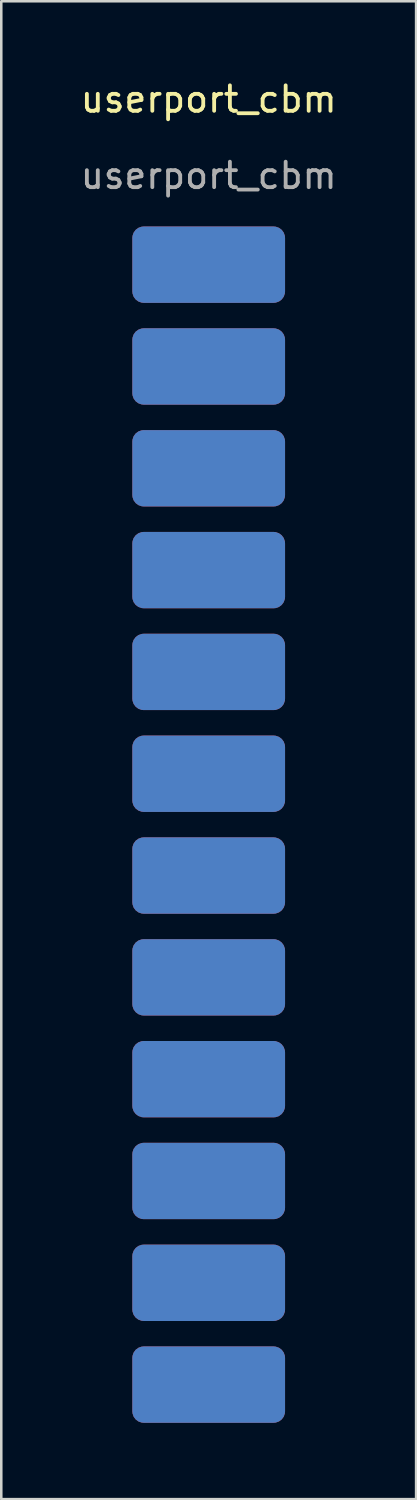
<source format=kicad_pcb>
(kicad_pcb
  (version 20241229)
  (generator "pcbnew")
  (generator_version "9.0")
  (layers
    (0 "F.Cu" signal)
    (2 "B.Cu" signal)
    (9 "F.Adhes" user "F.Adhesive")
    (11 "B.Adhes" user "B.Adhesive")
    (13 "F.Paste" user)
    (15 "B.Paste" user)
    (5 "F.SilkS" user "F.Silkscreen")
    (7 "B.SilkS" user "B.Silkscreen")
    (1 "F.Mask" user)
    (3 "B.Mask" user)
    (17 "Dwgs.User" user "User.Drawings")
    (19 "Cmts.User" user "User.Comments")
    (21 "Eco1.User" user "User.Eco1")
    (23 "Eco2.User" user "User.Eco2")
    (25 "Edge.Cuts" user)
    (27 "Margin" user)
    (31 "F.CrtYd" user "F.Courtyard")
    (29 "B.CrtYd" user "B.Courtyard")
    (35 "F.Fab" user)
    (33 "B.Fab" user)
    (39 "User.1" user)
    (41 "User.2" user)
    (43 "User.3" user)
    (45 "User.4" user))
  (footprint "userport_cbm"
    (layer "F.Cu")
    (at 5.149 1.348)
    (property "Reference" "userport_cbm" (at 0 -0.5 0) (unlocked yes) (layer "F.SilkS") (effects (font (size 1 1) (thickness 0.15))))
    (attr smd)
    (fp_text user "${REFERENCE}" (at 0 2.5 0) (unlocked yes) (layer "F.Fab") (effects (font (size 1 1) (thickness 0.15))))
    (pad "1" smd roundrect (at 0 6) (size 6 3) (layers "F.Cu" "F.Paste") (roundrect_rratio 0.15))
    (pad "2" smd roundrect (at 0 10) (size 6 3) (layers "F.Cu" "F.Paste") (roundrect_rratio 0.15))
    (pad "3" smd roundrect (at 0 14) (size 6 3) (layers "F.Cu" "F.Paste") (roundrect_rratio 0.15))
    (pad "4" smd roundrect (at 0 18) (size 6 3) (layers "F.Cu" "F.Paste") (roundrect_rratio 0.15))
    (pad "5" smd roundrect (at 0 22) (size 6 3) (layers "F.Cu" "F.Paste") (roundrect_rratio 0.15))
    (pad "6" smd roundrect (at 0 26) (size 6 3) (layers "F.Cu" "F.Paste") (roundrect_rratio 0.15))
    (pad "7" smd roundrect (at 0 30) (size 6 3) (layers "F.Cu" "F.Paste") (roundrect_rratio 0.15))
    (pad "8" smd roundrect (at 0 34) (size 6 3) (layers "F.Cu" "F.Paste") (roundrect_rratio 0.15))
    (pad "9" smd roundrect (at 0 38) (size 6 3) (layers "F.Cu" "F.Paste") (roundrect_rratio 0.15))
    (pad "10" smd roundrect (at 0 42) (size 6 3) (layers "F.Cu" "F.Paste") (roundrect_rratio 0.15))
    (pad "11" smd roundrect (at 0 46) (size 6 3) (layers "F.Cu" "F.Paste") (roundrect_rratio 0.15))
    (pad "12" smd roundrect (at 0 50) (size 6 3) (layers "F.Cu" "F.Paste") (roundrect_rratio 0.15))
    (pad "A" smd roundrect (at 0 6) (size 6 3) (layers "B.Cu" "B.Paste") (roundrect_rratio 0.15))
    (pad "B" smd roundrect (at 0 10) (size 6 3) (layers "B.Cu" "B.Paste") (roundrect_rratio 0.15))
    (pad "C" smd roundrect (at 0 14) (size 6 3) (layers "B.Cu" "B.Paste") (roundrect_rratio 0.15))
    (pad "D" smd roundrect (at 0 18) (size 6 3) (layers "B.Cu" "B.Paste") (roundrect_rratio 0.15))
    (pad "E" smd roundrect (at 0 22) (size 6 3) (layers "B.Cu" "B.Paste") (roundrect_rratio 0.15))
    (pad "F" smd roundrect (at 0 26) (size 6 3) (layers "B.Cu" "B.Paste") (roundrect_rratio 0.15))
    (pad "H" smd roundrect (at 0 30) (size 6 3) (layers "B.Cu" "B.Paste") (roundrect_rratio 0.15))
    (pad "J" smd roundrect (at 0 34) (size 6 3) (layers "B.Cu" "B.Paste") (roundrect_rratio 0.15))
    (pad "K" smd roundrect (at 0 38) (size 6 3) (layers "B.Cu" "B.Paste") (roundrect_rratio 0.15))
    (pad "L" smd roundrect (at 0 42) (size 6 3) (layers "B.Cu" "B.Paste") (roundrect_rratio 0.15))
    (pad "M" smd roundrect (at 0 46) (size 6 3) (layers "B.Cu" "B.Paste") (roundrect_rratio 0.15))
    (pad "N" smd roundrect (at 0 50) (size 6 3) (layers "B.Cu" "B.Paste") (roundrect_rratio 0.15))
    (zone (net_name "") (layer "F.Mask") (hatch edge 0.5) (connect_pads) (min_thickness 0.25) (filled_areas_thickness no) (fill) (polygon (pts (arc (start 2.138783 28.473568) (mid 2.25594 28.756411) (end 2.538783 28.873568)) (arc (start 7.738783 28.873568) (mid 8.021626 28.756411) (end 8.138783 28.473568)) (arc (start 8.138783 26.273568) (mid 8.021626 25.990725) (end 7.738783 25.873568)) (arc (start 2.538783 25.873568) (mid 2.25594 25.990725) (end 2.138783 26.273568)))))
    (zone (net_name "") (layer "F.Mask") (hatch edge 0.5) (connect_pads) (min_thickness 0.25) (filled_areas_thickness no) (fill) (polygon (pts (arc (start 2.14881 8.44825) (mid 2.265967 8.731093) (end 2.54881 8.84825)) (arc (start 7.74881 8.84825) (mid 8.031653 8.731093) (end 8.14881 8.44825)) (arc (start 8.14881 6.24825) (mid 8.031653 5.965407) (end 7.74881 5.84825)) (arc (start 2.54881 5.84825) (mid 2.265967 5.965407) (end 2.14881 6.24825)))))
    (zone (net_name "") (layer "F.Mask") (hatch edge 0.5) (connect_pads) (min_thickness 0.25) (filled_areas_thickness no) (fill) (polygon (pts (arc (start 2.14881 12.44825) (mid 2.265967 12.731093) (end 2.54881 12.84825)) (arc (start 7.74881 12.84825) (mid 8.031653 12.731093) (end 8.14881 12.44825)) (arc (start 8.14881 10.24825) (mid 8.031653 9.965407) (end 7.74881 9.84825)) (arc (start 2.54881 9.84825) (mid 2.265967 9.965407) (end 2.14881 10.24825)))))
    (zone (net_name "") (layer "F.Mask") (hatch edge 0.5) (connect_pads) (min_thickness 0.25) (filled_areas_thickness no) (fill) (polygon (pts (arc (start 2.14881 16.44825) (mid 2.265967 16.731093) (end 2.54881 16.84825)) (arc (start 7.74881 16.84825) (mid 8.031653 16.731093) (end 8.14881 16.44825)) (arc (start 8.14881 14.24825) (mid 8.031653 13.965407) (end 7.74881 13.84825)) (arc (start 2.54881 13.84825) (mid 2.265967 13.965407) (end 2.14881 14.24825)))))
    (zone (net_name "") (layer "F.Mask") (hatch edge 0.5) (connect_pads) (min_thickness 0.25) (filled_areas_thickness no) (fill) (polygon (pts (arc (start 2.14881 20.44825) (mid 2.265967 20.731093) (end 2.54881 20.84825)) (arc (start 7.74881 20.84825) (mid 8.031653 20.731093) (end 8.14881 20.44825)) (arc (start 8.14881 18.24825) (mid 8.031653 17.965407) (end 7.74881 17.84825)) (arc (start 2.54881 17.84825) (mid 2.265967 17.965407) (end 2.14881 18.24825)))))
    (zone (net_name "") (layer "F.Mask") (hatch edge 0.5) (connect_pads) (min_thickness 0.25) (filled_areas_thickness no) (fill) (polygon (pts (arc (start 2.14881 24.44825) (mid 2.265967 24.731093) (end 2.54881 24.84825)) (arc (start 7.74881 24.84825) (mid 8.031653 24.731093) (end 8.14881 24.44825)) (arc (start 8.14881 22.24825) (mid 8.031653 21.965407) (end 7.74881 21.84825)) (arc (start 2.54881 21.84825) (mid 2.265967 21.965407) (end 2.14881 22.24825)))))
    (zone (net_name "") (layer "F.Mask") (hatch edge 0.5) (connect_pads) (min_thickness 0.25) (filled_areas_thickness no) (fill) (polygon (pts (arc (start 2.14881 32.44825) (mid 2.265967 32.731093) (end 2.54881 32.84825)) (arc (start 7.74881 32.84825) (mid 8.031653 32.731093) (end 8.14881 32.44825)) (arc (start 8.14881 30.24825) (mid 8.031653 29.965407) (end 7.74881 29.84825)) (arc (start 2.54881 29.84825) (mid 2.265967 29.965407) (end 2.14881 30.24825)))))
    (zone (net_name "") (layer "F.Mask") (hatch edge 0.5) (connect_pads) (min_thickness 0.25) (filled_areas_thickness no) (fill) (polygon (pts (arc (start 2.14881 36.44825) (mid 2.265967 36.731093) (end 2.54881 36.84825)) (arc (start 7.74881 36.84825) (mid 8.031653 36.731093) (end 8.14881 36.44825)) (arc (start 8.14881 34.24825) (mid 8.031653 33.965407) (end 7.74881 33.84825)) (arc (start 2.54881 33.84825) (mid 2.265967 33.965407) (end 2.14881 34.24825)))))
    (zone (net_name "") (layer "F.Mask") (hatch edge 0.5) (connect_pads) (min_thickness 0.25) (filled_areas_thickness no) (fill) (polygon (pts (arc (start 2.14881 40.44825) (mid 2.265967 40.731093) (end 2.54881 40.84825)) (arc (start 7.74881 40.84825) (mid 8.031653 40.731093) (end 8.14881 40.44825)) (arc (start 8.14881 38.24825) (mid 8.031653 37.965407) (end 7.74881 37.84825)) (arc (start 2.54881 37.84825) (mid 2.265967 37.965407) (end 2.14881 38.24825)))))
    (zone (net_name "") (layer "F.Mask") (hatch edge 0.5) (connect_pads) (min_thickness 0.25) (filled_areas_thickness no) (fill) (polygon (pts (arc (start 2.14881 44.44825) (mid 2.265967 44.731093) (end 2.54881 44.84825)) (arc (start 7.74881 44.84825) (mid 8.031653 44.731093) (end 8.14881 44.44825)) (arc (start 8.14881 42.24825) (mid 8.031653 41.965407) (end 7.74881 41.84825)) (arc (start 2.54881 41.84825) (mid 2.265967 41.965407) (end 2.14881 42.24825)))))
    (zone (net_name "") (layer "F.Mask") (hatch edge 0.5) (connect_pads) (min_thickness 0.25) (filled_areas_thickness no) (fill) (polygon (pts (arc (start 2.14881 48.44825) (mid 2.265967 48.731093) (end 2.54881 48.84825)) (arc (start 7.74881 48.84825) (mid 8.031653 48.731093) (end 8.14881 48.44825)) (arc (start 8.14881 46.24825) (mid 8.031653 45.965407) (end 7.74881 45.84825)) (arc (start 2.54881 45.84825) (mid 2.265967 45.965407) (end 2.14881 46.24825)))))
    (zone (net_name "") (layer "F.Mask") (hatch edge 0.5) (connect_pads) (min_thickness 0.25) (filled_areas_thickness no) (fill) (polygon (pts (arc (start 2.14881 52.44825) (mid 2.265967 52.731093) (end 2.54881 52.84825)) (arc (start 7.74881 52.84825) (mid 8.031653 52.731093) (end 8.14881 52.44825)) (arc (start 8.14881 50.24825) (mid 8.031653 49.965407) (end 7.74881 49.84825)) (arc (start 2.54881 49.84825) (mid 2.265967 49.965407) (end 2.14881 50.24825)))))
    (zone (net_name "") (layer "B.Mask") (hatch edge 0.5) (connect_pads) (min_thickness 0.25) (filled_areas_thickness no) (fill) (polygon (pts (arc (start 2.14881 8.44825) (mid 2.265967 8.731093) (end 2.54881 8.84825)) (arc (start 7.74881 8.84825) (mid 8.031653 8.731093) (end 8.14881 8.44825)) (arc (start 8.14881 6.24825) (mid 8.031653 5.965407) (end 7.74881 5.84825)) (arc (start 2.54881 5.84825) (mid 2.265967 5.965407) (end 2.14881 6.24825)))))
    (zone (net_name "") (layer "B.Mask") (hatch edge 0.5) (connect_pads) (min_thickness 0.25) (filled_areas_thickness no) (fill) (polygon (pts (arc (start 2.14881 12.44825) (mid 2.265967 12.731093) (end 2.54881 12.84825)) (arc (start 7.74881 12.84825) (mid 8.031653 12.731093) (end 8.14881 12.44825)) (arc (start 8.14881 10.24825) (mid 8.031653 9.965407) (end 7.74881 9.84825)) (arc (start 2.54881 9.84825) (mid 2.265967 9.965407) (end 2.14881 10.24825)))))
    (zone (net_name "") (layer "B.Mask") (hatch edge 0.5) (connect_pads) (min_thickness 0.25) (filled_areas_thickness no) (fill) (polygon (pts (arc (start 2.14881 16.44825) (mid 2.265967 16.731093) (end 2.54881 16.84825)) (arc (start 7.74881 16.84825) (mid 8.031653 16.731093) (end 8.14881 16.44825)) (arc (start 8.14881 14.24825) (mid 8.031653 13.965407) (end 7.74881 13.84825)) (arc (start 2.54881 13.84825) (mid 2.265967 13.965407) (end 2.14881 14.24825)))))
    (zone (net_name "") (layer "B.Mask") (hatch edge 0.5) (connect_pads) (min_thickness 0.25) (filled_areas_thickness no) (fill) (polygon (pts (arc (start 2.14881 20.44825) (mid 2.265967 20.731093) (end 2.54881 20.84825)) (arc (start 7.74881 20.84825) (mid 8.031653 20.731093) (end 8.14881 20.44825)) (arc (start 8.14881 18.24825) (mid 8.031653 17.965407) (end 7.74881 17.84825)) (arc (start 2.54881 17.84825) (mid 2.265967 17.965407) (end 2.14881 18.24825)))))
    (zone (net_name "") (layer "B.Mask") (hatch edge 0.5) (connect_pads) (min_thickness 0.25) (filled_areas_thickness no) (fill) (polygon (pts (arc (start 2.14881 24.44825) (mid 2.265967 24.731093) (end 2.54881 24.84825)) (arc (start 7.74881 24.84825) (mid 8.031653 24.731093) (end 8.14881 24.44825)) (arc (start 8.14881 22.24825) (mid 8.031653 21.965407) (end 7.74881 21.84825)) (arc (start 2.54881 21.84825) (mid 2.265967 21.965407) (end 2.14881 22.24825)))))
    (zone (net_name "") (layer "B.Mask") (hatch edge 0.5) (connect_pads) (min_thickness 0.25) (filled_areas_thickness no) (fill) (polygon (pts (arc (start 2.14881 28.44825) (mid 2.265967 28.731093) (end 2.54881 28.84825)) (arc (start 7.74881 28.84825) (mid 8.031653 28.731093) (end 8.14881 28.44825)) (arc (start 8.14881 26.24825) (mid 8.031653 25.965407) (end 7.74881 25.84825)) (arc (start 2.54881 25.84825) (mid 2.265967 25.965407) (end 2.14881 26.24825)))))
    (zone (net_name "") (layer "B.Mask") (hatch edge 0.5) (connect_pads) (min_thickness 0.25) (filled_areas_thickness no) (fill) (polygon (pts (arc (start 2.14881 32.44825) (mid 2.265967 32.731093) (end 2.54881 32.84825)) (arc (start 7.74881 32.84825) (mid 8.031653 32.731093) (end 8.14881 32.44825)) (arc (start 8.14881 30.24825) (mid 8.031653 29.965407) (end 7.74881 29.84825)) (arc (start 2.54881 29.84825) (mid 2.265967 29.965407) (end 2.14881 30.24825)))))
    (zone (net_name "") (layer "B.Mask") (hatch edge 0.5) (connect_pads) (min_thickness 0.25) (filled_areas_thickness no) (fill) (polygon (pts (arc (start 2.14881 36.44825) (mid 2.265967 36.731093) (end 2.54881 36.84825)) (arc (start 7.74881 36.84825) (mid 8.031653 36.731093) (end 8.14881 36.44825)) (arc (start 8.14881 34.24825) (mid 8.031653 33.965407) (end 7.74881 33.84825)) (arc (start 2.54881 33.84825) (mid 2.265967 33.965407) (end 2.14881 34.24825)))))
    (zone (net_name "") (layer "B.Mask") (hatch edge 0.5) (connect_pads) (min_thickness 0.25) (filled_areas_thickness no) (fill) (polygon (pts (arc (start 2.14881 40.44825) (mid 2.265967 40.731093) (end 2.54881 40.84825)) (arc (start 7.74881 40.84825) (mid 8.031653 40.731093) (end 8.14881 40.44825)) (arc (start 8.14881 38.24825) (mid 8.031653 37.965407) (end 7.74881 37.84825)) (arc (start 2.54881 37.84825) (mid 2.265967 37.965407) (end 2.14881 38.24825)))))
    (zone (net_name "") (layer "B.Mask") (hatch edge 0.5) (connect_pads) (min_thickness 0.25) (filled_areas_thickness no) (fill) (polygon (pts (arc (start 2.14881 44.44825) (mid 2.265967 44.731093) (end 2.54881 44.84825)) (arc (start 7.74881 44.84825) (mid 8.031653 44.731093) (end 8.14881 44.44825)) (arc (start 8.14881 42.24825) (mid 8.031653 41.965407) (end 7.74881 41.84825)) (arc (start 2.54881 41.84825) (mid 2.265967 41.965407) (end 2.14881 42.24825)))))
    (zone (net_name "") (layer "B.Mask") (hatch edge 0.5) (connect_pads) (min_thickness 0.25) (filled_areas_thickness no) (fill) (polygon (pts (arc (start 2.14881 48.44825) (mid 2.265967 48.731093) (end 2.54881 48.84825)) (arc (start 7.74881 48.84825) (mid 8.031653 48.731093) (end 8.14881 48.44825)) (arc (start 8.14881 46.24825) (mid 8.031653 45.965407) (end 7.74881 45.84825)) (arc (start 2.54881 45.84825) (mid 2.265967 45.965407) (end 2.14881 46.24825)))))
    (zone (net_name "") (layer "B.Mask") (hatch edge 0.5) (connect_pads) (min_thickness 0.25) (filled_areas_thickness no) (fill) (polygon (pts (arc (start 2.14881 52.44825) (mid 2.265967 52.731093) (end 2.54881 52.84825)) (arc (start 7.74881 52.84825) (mid 8.031653 52.731093) (end 8.14881 52.44825)) (arc (start 8.14881 50.24825) (mid 8.031653 49.965407) (end 7.74881 49.84825)) (arc (start 2.54881 49.84825) (mid 2.265967 49.965407) (end 2.14881 50.24825))))))
  (gr_rect
    (start -3 -3)
    (end 13.298 55.848)
    (stroke (width 0.1) (type default))
    (fill no)
    (layer "Edge.Cuts")))
</source>
